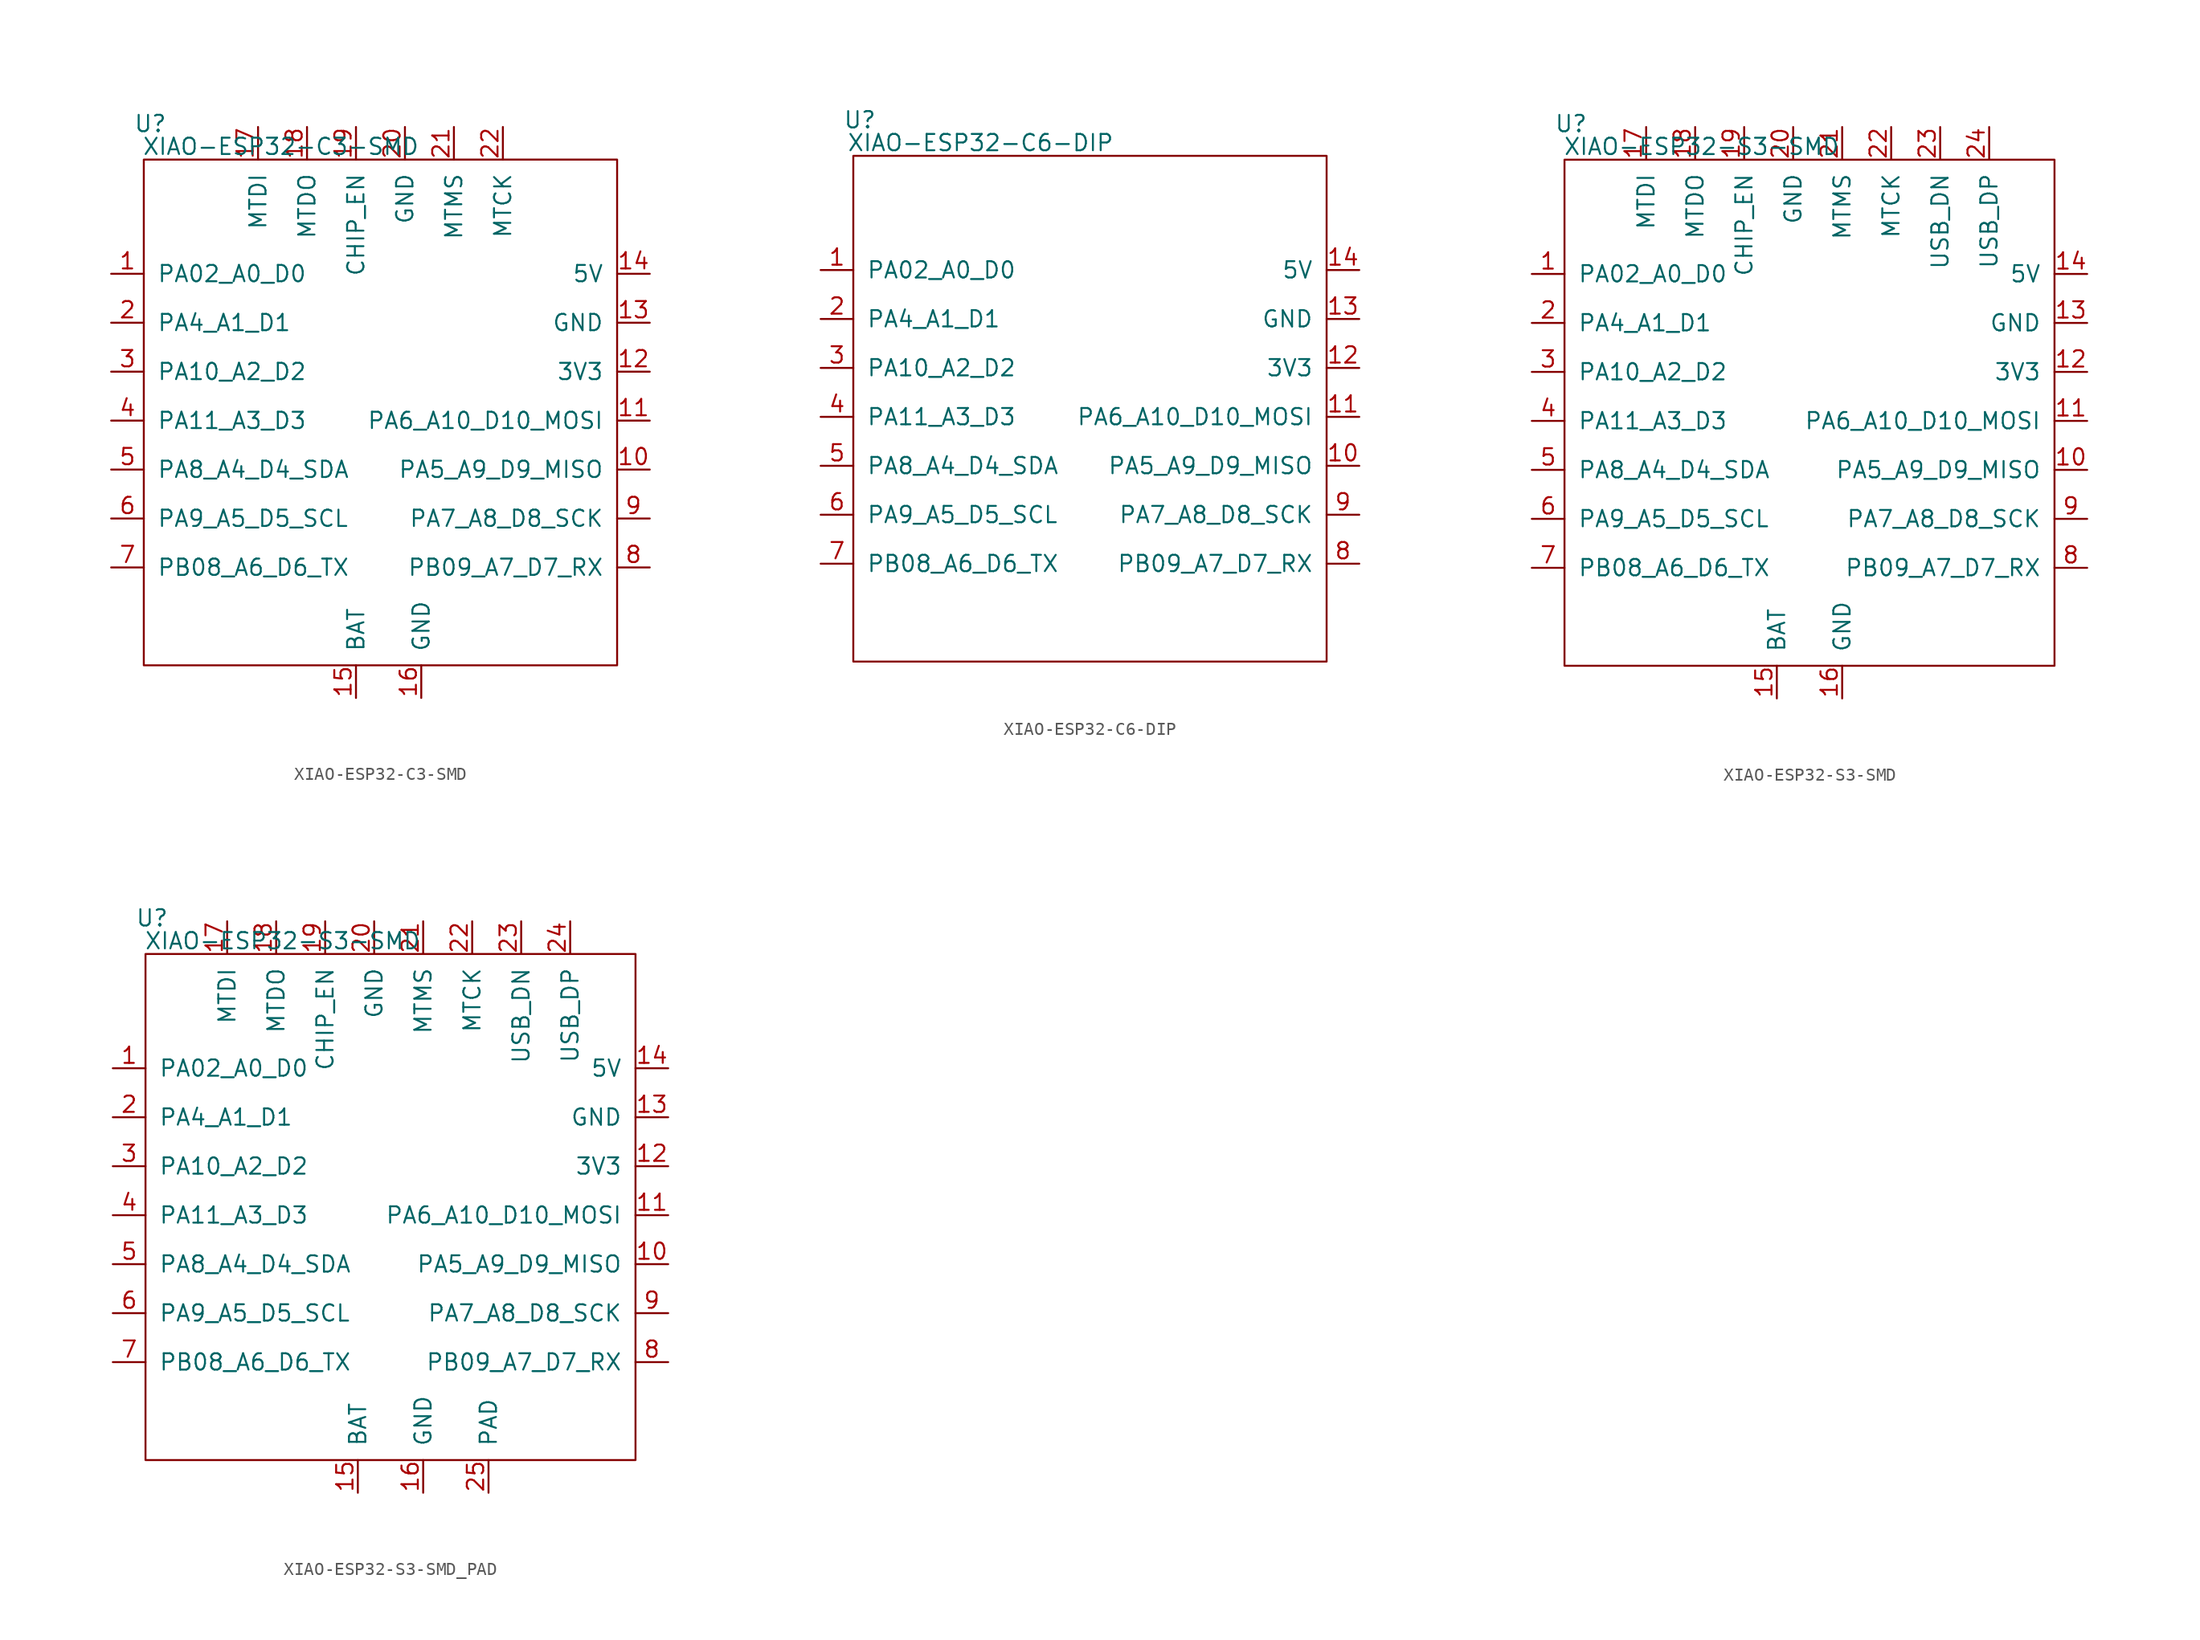
<source format=kicad_sym>
(kicad_symbol_lib
  (version 20231120)
  (generator "kicad_symbol_editor")
  (generator_version "8.0")
  (symbol "XIAO-ESP32-C3-SMD"
    (pin_names
      (offset 1.016))
    (property "Reference" "U"
      (at -18.542 23.114 0)
      (effects (font (size 1.27 1.27))))
    (property "Value" "XIAO-ESP32-C3-SMD"
      (at -8.382 21.336 0)
      (effects (font (size 1.27 1.27))))
    (symbol "XIAO-ESP32-C3-SMD_0_1"
      (rectangle (start -19.05 20.32) (end 17.78 -19.05) (stroke (width 0) (type default)) (fill (type none))))
    (symbol "XIAO-ESP32-C3-SMD_1_1"
      (pin passive line (at -21.59 11.43 0) (length 2.54) (name "PA02_A0_D0" (effects (font (size 1.27 1.27)))) (number "1" (effects (font (size 1.27 1.27)))))
      (pin passive line (at 20.32 -3.81 180) (length 2.54) (name "PA5_A9_D9_MISO" (effects (font (size 1.27 1.27)))) (number "10" (effects (font (size 1.27 1.27)))))
      (pin passive line (at 20.32 0 180) (length 2.54) (name "PA6_A10_D10_MOSI" (effects (font (size 1.27 1.27)))) (number "11" (effects (font (size 1.27 1.27)))))
      (pin passive line (at 20.32 3.81 180) (length 2.54) (name "3V3" (effects (font (size 1.27 1.27)))) (number "12" (effects (font (size 1.27 1.27)))))
      (pin passive line (at 20.32 7.62 180) (length 2.54) (name "GND" (effects (font (size 1.27 1.27)))) (number "13" (effects (font (size 1.27 1.27)))))
      (pin passive line (at 20.32 11.43 180) (length 2.54) (name "5V" (effects (font (size 1.27 1.27)))) (number "14" (effects (font (size 1.27 1.27)))))
      (pin passive line (at -2.54 -21.59 90) (length 2.54) (name "BAT" (effects (font (size 1.27 1.27)))) (number "15" (effects (font (size 1.27 1.27)))))
      (pin passive line (at 2.54 -21.59 90) (length 2.54) (name "GND" (effects (font (size 1.27 1.27)))) (number "16" (effects (font (size 1.27 1.27)))))
      (pin passive line (at -10.16 22.86 270) (length 2.54) (name "MTDI" (effects (font (size 1.27 1.27)))) (number "17" (effects (font (size 1.27 1.27)))))
      (pin passive line (at -6.35 22.86 270) (length 2.54) (name "MTDO" (effects (font (size 1.27 1.27)))) (number "18" (effects (font (size 1.27 1.27)))))
      (pin passive line (at -2.54 22.86 270) (length 2.54) (name "CHIP_EN" (effects (font (size 1.27 1.27)))) (number "19" (effects (font (size 1.27 1.27)))))
      (pin passive line (at -21.59 7.62 0) (length 2.54) (name "PA4_A1_D1" (effects (font (size 1.27 1.27)))) (number "2" (effects (font (size 1.27 1.27)))))
      (pin passive line (at 1.27 22.86 270) (length 2.54) (name "GND" (effects (font (size 1.27 1.27)))) (number "20" (effects (font (size 1.27 1.27)))))
      (pin passive line (at 5.08 22.86 270) (length 2.54) (name "MTMS" (effects (font (size 1.27 1.27)))) (number "21" (effects (font (size 1.27 1.27)))))
      (pin passive line (at 8.89 22.86 270) (length 2.54) (name "MTCK" (effects (font (size 1.27 1.27)))) (number "22" (effects (font (size 1.27 1.27)))))
      (pin passive line (at -21.59 3.81 0) (length 2.54) (name "PA10_A2_D2" (effects (font (size 1.27 1.27)))) (number "3" (effects (font (size 1.27 1.27)))))
      (pin passive line (at -21.59 0 0) (length 2.54) (name "PA11_A3_D3" (effects (font (size 1.27 1.27)))) (number "4" (effects (font (size 1.27 1.27)))))
      (pin passive line (at -21.59 -3.81 0) (length 2.54) (name "PA8_A4_D4_SDA" (effects (font (size 1.27 1.27)))) (number "5" (effects (font (size 1.27 1.27)))))
      (pin passive line (at -21.59 -7.62 0) (length 2.54) (name "PA9_A5_D5_SCL" (effects (font (size 1.27 1.27)))) (number "6" (effects (font (size 1.27 1.27)))))
      (pin passive line (at -21.59 -11.43 0) (length 2.54) (name "PB08_A6_D6_TX" (effects (font (size 1.27 1.27)))) (number "7" (effects (font (size 1.27 1.27)))))
      (pin passive line (at 20.32 -11.43 180) (length 2.54) (name "PB09_A7_D7_RX" (effects (font (size 1.27 1.27)))) (number "8" (effects (font (size 1.27 1.27)))))
      (pin passive line (at 20.32 -7.62 180) (length 2.54) (name "PA7_A8_D8_SCK" (effects (font (size 1.27 1.27)))) (number "9" (effects (font (size 1.27 1.27)))))))
  (symbol "XIAO-ESP32-C6-DIP"
    (pin_names
      (offset 1.016))
    (property "Reference" "U"
      (at -18.542 23.114 0)
      (effects (font (size 1.27 1.27))))
    (property "Value" "XIAO-ESP32-C6-DIP"
      (at -9.144 21.336 0)
      (effects (font (size 1.27 1.27))))
    (symbol "XIAO-ESP32-C6-DIP_0_1"
      (rectangle (start -19.05 20.32) (end 17.78 -19.05) (stroke (width 0) (type default)) (fill (type none))))
    (symbol "XIAO-ESP32-C6-DIP_1_1"
      (pin passive line (at -21.59 11.43 0) (length 2.54) (name "PA02_A0_D0" (effects (font (size 1.27 1.27)))) (number "1" (effects (font (size 1.27 1.27)))))
      (pin passive line (at 20.32 -3.81 180) (length 2.54) (name "PA5_A9_D9_MISO" (effects (font (size 1.27 1.27)))) (number "10" (effects (font (size 1.27 1.27)))))
      (pin passive line (at 20.32 0 180) (length 2.54) (name "PA6_A10_D10_MOSI" (effects (font (size 1.27 1.27)))) (number "11" (effects (font (size 1.27 1.27)))))
      (pin passive line (at 20.32 3.81 180) (length 2.54) (name "3V3" (effects (font (size 1.27 1.27)))) (number "12" (effects (font (size 1.27 1.27)))))
      (pin passive line (at 20.32 7.62 180) (length 2.54) (name "GND" (effects (font (size 1.27 1.27)))) (number "13" (effects (font (size 1.27 1.27)))))
      (pin passive line (at 20.32 11.43 180) (length 2.54) (name "5V" (effects (font (size 1.27 1.27)))) (number "14" (effects (font (size 1.27 1.27)))))
      (pin passive line (at -21.59 7.62 0) (length 2.54) (name "PA4_A1_D1" (effects (font (size 1.27 1.27)))) (number "2" (effects (font (size 1.27 1.27)))))
      (pin passive line (at -21.59 3.81 0) (length 2.54) (name "PA10_A2_D2" (effects (font (size 1.27 1.27)))) (number "3" (effects (font (size 1.27 1.27)))))
      (pin passive line (at -21.59 0 0) (length 2.54) (name "PA11_A3_D3" (effects (font (size 1.27 1.27)))) (number "4" (effects (font (size 1.27 1.27)))))
      (pin passive line (at -21.59 -3.81 0) (length 2.54) (name "PA8_A4_D4_SDA" (effects (font (size 1.27 1.27)))) (number "5" (effects (font (size 1.27 1.27)))))
      (pin passive line (at -21.59 -7.62 0) (length 2.54) (name "PA9_A5_D5_SCL" (effects (font (size 1.27 1.27)))) (number "6" (effects (font (size 1.27 1.27)))))
      (pin passive line (at -21.59 -11.43 0) (length 2.54) (name "PB08_A6_D6_TX" (effects (font (size 1.27 1.27)))) (number "7" (effects (font (size 1.27 1.27)))))
      (pin passive line (at 20.32 -11.43 180) (length 2.54) (name "PB09_A7_D7_RX" (effects (font (size 1.27 1.27)))) (number "8" (effects (font (size 1.27 1.27)))))
      (pin passive line (at 20.32 -7.62 180) (length 2.54) (name "PA7_A8_D8_SCK" (effects (font (size 1.27 1.27)))) (number "9" (effects (font (size 1.27 1.27)))))))
  (symbol "XIAO-ESP32-S3-SMD"
    (pin_names
      (offset 1.016))
    (property "Reference" "U"
      (at -18.542 23.114 0)
      (effects (font (size 1.27 1.27))))
    (property "Value" "XIAO-ESP32-S3-SMD"
      (at -8.382 21.336 0)
      (effects (font (size 1.27 1.27))))
    (symbol "XIAO-ESP32-S3-SMD_0_1"
      (rectangle (start 19.05 -19.05) (end -19.05 20.32) (stroke (width 0) (type default)) (fill (type none))))
    (symbol "XIAO-ESP32-S3-SMD_1_1"
      (pin passive line (at -21.59 11.43 0) (length 2.54) (name "PA02_A0_D0" (effects (font (size 1.27 1.27)))) (number "1" (effects (font (size 1.27 1.27)))))
      (pin passive line (at 21.59 -3.81 180) (length 2.54) (name "PA5_A9_D9_MISO" (effects (font (size 1.27 1.27)))) (number "10" (effects (font (size 1.27 1.27)))))
      (pin passive line (at 21.59 0 180) (length 2.54) (name "PA6_A10_D10_MOSI" (effects (font (size 1.27 1.27)))) (number "11" (effects (font (size 1.27 1.27)))))
      (pin passive line (at 21.59 3.81 180) (length 2.54) (name "3V3" (effects (font (size 1.27 1.27)))) (number "12" (effects (font (size 1.27 1.27)))))
      (pin passive line (at 21.59 7.62 180) (length 2.54) (name "GND" (effects (font (size 1.27 1.27)))) (number "13" (effects (font (size 1.27 1.27)))))
      (pin passive line (at 21.59 11.43 180) (length 2.54) (name "5V" (effects (font (size 1.27 1.27)))) (number "14" (effects (font (size 1.27 1.27)))))
      (pin passive line (at -2.54 -21.59 90) (length 2.54) (name "BAT" (effects (font (size 1.27 1.27)))) (number "15" (effects (font (size 1.27 1.27)))))
      (pin passive line (at 2.54 -21.59 90) (length 2.54) (name "GND" (effects (font (size 1.27 1.27)))) (number "16" (effects (font (size 1.27 1.27)))))
      (pin passive line (at -12.7 22.86 270) (length 2.54) (name "MTDI" (effects (font (size 1.27 1.27)))) (number "17" (effects (font (size 1.27 1.27)))))
      (pin passive line (at -8.89 22.86 270) (length 2.54) (name "MTDO" (effects (font (size 1.27 1.27)))) (number "18" (effects (font (size 1.27 1.27)))))
      (pin passive line (at -5.08 22.86 270) (length 2.54) (name "CHIP_EN" (effects (font (size 1.27 1.27)))) (number "19" (effects (font (size 1.27 1.27)))))
      (pin passive line (at -21.59 7.62 0) (length 2.54) (name "PA4_A1_D1" (effects (font (size 1.27 1.27)))) (number "2" (effects (font (size 1.27 1.27)))))
      (pin passive line (at -1.27 22.86 270) (length 2.54) (name "GND" (effects (font (size 1.27 1.27)))) (number "20" (effects (font (size 1.27 1.27)))))
      (pin passive line (at 2.54 22.86 270) (length 2.54) (name "MTMS" (effects (font (size 1.27 1.27)))) (number "21" (effects (font (size 1.27 1.27)))))
      (pin passive line (at 6.35 22.86 270) (length 2.54) (name "MTCK" (effects (font (size 1.27 1.27)))) (number "22" (effects (font (size 1.27 1.27)))))
      (pin passive line (at 10.16 22.86 270) (length 2.54) (name "USB_DN" (effects (font (size 1.27 1.27)))) (number "23" (effects (font (size 1.27 1.27)))))
      (pin passive line (at 13.97 22.86 270) (length 2.54) (name "USB_DP" (effects (font (size 1.27 1.27)))) (number "24" (effects (font (size 1.27 1.27)))))
      (pin passive line (at -21.59 3.81 0) (length 2.54) (name "PA10_A2_D2" (effects (font (size 1.27 1.27)))) (number "3" (effects (font (size 1.27 1.27)))))
      (pin passive line (at -21.59 0 0) (length 2.54) (name "PA11_A3_D3" (effects (font (size 1.27 1.27)))) (number "4" (effects (font (size 1.27 1.27)))))
      (pin passive line (at -21.59 -3.81 0) (length 2.54) (name "PA8_A4_D4_SDA" (effects (font (size 1.27 1.27)))) (number "5" (effects (font (size 1.27 1.27)))))
      (pin passive line (at -21.59 -7.62 0) (length 2.54) (name "PA9_A5_D5_SCL" (effects (font (size 1.27 1.27)))) (number "6" (effects (font (size 1.27 1.27)))))
      (pin passive line (at -21.59 -11.43 0) (length 2.54) (name "PB08_A6_D6_TX" (effects (font (size 1.27 1.27)))) (number "7" (effects (font (size 1.27 1.27)))))
      (pin passive line (at 21.59 -11.43 180) (length 2.54) (name "PB09_A7_D7_RX" (effects (font (size 1.27 1.27)))) (number "8" (effects (font (size 1.27 1.27)))))
      (pin passive line (at 21.59 -7.62 180) (length 2.54) (name "PA7_A8_D8_SCK" (effects (font (size 1.27 1.27)))) (number "9" (effects (font (size 1.27 1.27)))))))
  (symbol "XIAO-ESP32-S3-SMD_PAD"
    (pin_names
      (offset 1.016))
    (property "Reference" "U"
      (at -18.542 23.114 0)
      (effects (font (size 1.27 1.27))))
    (property "Value" "XIAO-ESP32-S3-SMD"
      (at -8.382 21.336 0)
      (effects (font (size 1.27 1.27))))
    (symbol "XIAO-ESP32-S3-SMD_PAD_0_1"
      (rectangle (start 19.05 -19.05) (end -19.05 20.32) (stroke (width 0) (type default)) (fill (type none))))
    (symbol "XIAO-ESP32-S3-SMD_PAD_1_1"
      (pin passive line (at -21.59 11.43 0) (length 2.54) (name "PA02_A0_D0" (effects (font (size 1.27 1.27)))) (number "1" (effects (font (size 1.27 1.27)))))
      (pin passive line (at 21.59 -3.81 180) (length 2.54) (name "PA5_A9_D9_MISO" (effects (font (size 1.27 1.27)))) (number "10" (effects (font (size 1.27 1.27)))))
      (pin passive line (at 21.59 0 180) (length 2.54) (name "PA6_A10_D10_MOSI" (effects (font (size 1.27 1.27)))) (number "11" (effects (font (size 1.27 1.27)))))
      (pin passive line (at 21.59 3.81 180) (length 2.54) (name "3V3" (effects (font (size 1.27 1.27)))) (number "12" (effects (font (size 1.27 1.27)))))
      (pin passive line (at 21.59 7.62 180) (length 2.54) (name "GND" (effects (font (size 1.27 1.27)))) (number "13" (effects (font (size 1.27 1.27)))))
      (pin passive line (at 21.59 11.43 180) (length 2.54) (name "5V" (effects (font (size 1.27 1.27)))) (number "14" (effects (font (size 1.27 1.27)))))
      (pin passive line (at -2.54 -21.59 90) (length 2.54) (name "BAT" (effects (font (size 1.27 1.27)))) (number "15" (effects (font (size 1.27 1.27)))))
      (pin passive line (at 2.54 -21.59 90) (length 2.54) (name "GND" (effects (font (size 1.27 1.27)))) (number "16" (effects (font (size 1.27 1.27)))))
      (pin passive line (at -12.7 22.86 270) (length 2.54) (name "MTDI" (effects (font (size 1.27 1.27)))) (number "17" (effects (font (size 1.27 1.27)))))
      (pin passive line (at -8.89 22.86 270) (length 2.54) (name "MTDO" (effects (font (size 1.27 1.27)))) (number "18" (effects (font (size 1.27 1.27)))))
      (pin passive line (at -5.08 22.86 270) (length 2.54) (name "CHIP_EN" (effects (font (size 1.27 1.27)))) (number "19" (effects (font (size 1.27 1.27)))))
      (pin passive line (at -21.59 7.62 0) (length 2.54) (name "PA4_A1_D1" (effects (font (size 1.27 1.27)))) (number "2" (effects (font (size 1.27 1.27)))))
      (pin passive line (at -1.27 22.86 270) (length 2.54) (name "GND" (effects (font (size 1.27 1.27)))) (number "20" (effects (font (size 1.27 1.27)))))
      (pin passive line (at 2.54 22.86 270) (length 2.54) (name "MTMS" (effects (font (size 1.27 1.27)))) (number "21" (effects (font (size 1.27 1.27)))))
      (pin passive line (at 6.35 22.86 270) (length 2.54) (name "MTCK" (effects (font (size 1.27 1.27)))) (number "22" (effects (font (size 1.27 1.27)))))
      (pin passive line (at 10.16 22.86 270) (length 2.54) (name "USB_DN" (effects (font (size 1.27 1.27)))) (number "23" (effects (font (size 1.27 1.27)))))
      (pin passive line (at 13.97 22.86 270) (length 2.54) (name "USB_DP" (effects (font (size 1.27 1.27)))) (number "24" (effects (font (size 1.27 1.27)))))
      (pin passive line (at 7.62 -21.59 90) (length 2.54) (name "PAD" (effects (font (size 1.27 1.27)))) (number "25" (effects (font (size 1.27 1.27)))))
      (pin passive line (at -21.59 3.81 0) (length 2.54) (name "PA10_A2_D2" (effects (font (size 1.27 1.27)))) (number "3" (effects (font (size 1.27 1.27)))))
      (pin passive line (at -21.59 0 0) (length 2.54) (name "PA11_A3_D3" (effects (font (size 1.27 1.27)))) (number "4" (effects (font (size 1.27 1.27)))))
      (pin passive line (at -21.59 -3.81 0) (length 2.54) (name "PA8_A4_D4_SDA" (effects (font (size 1.27 1.27)))) (number "5" (effects (font (size 1.27 1.27)))))
      (pin passive line (at -21.59 -7.62 0) (length 2.54) (name "PA9_A5_D5_SCL" (effects (font (size 1.27 1.27)))) (number "6" (effects (font (size 1.27 1.27)))))
      (pin passive line (at -21.59 -11.43 0) (length 2.54) (name "PB08_A6_D6_TX" (effects (font (size 1.27 1.27)))) (number "7" (effects (font (size 1.27 1.27)))))
      (pin passive line (at 21.59 -11.43 180) (length 2.54) (name "PB09_A7_D7_RX" (effects (font (size 1.27 1.27)))) (number "8" (effects (font (size 1.27 1.27)))))
      (pin passive line (at 21.59 -7.62 180) (length 2.54) (name "PA7_A8_D8_SCK" (effects (font (size 1.27 1.27)))) (number "9" (effects (font (size 1.27 1.27))))))))
</source>
